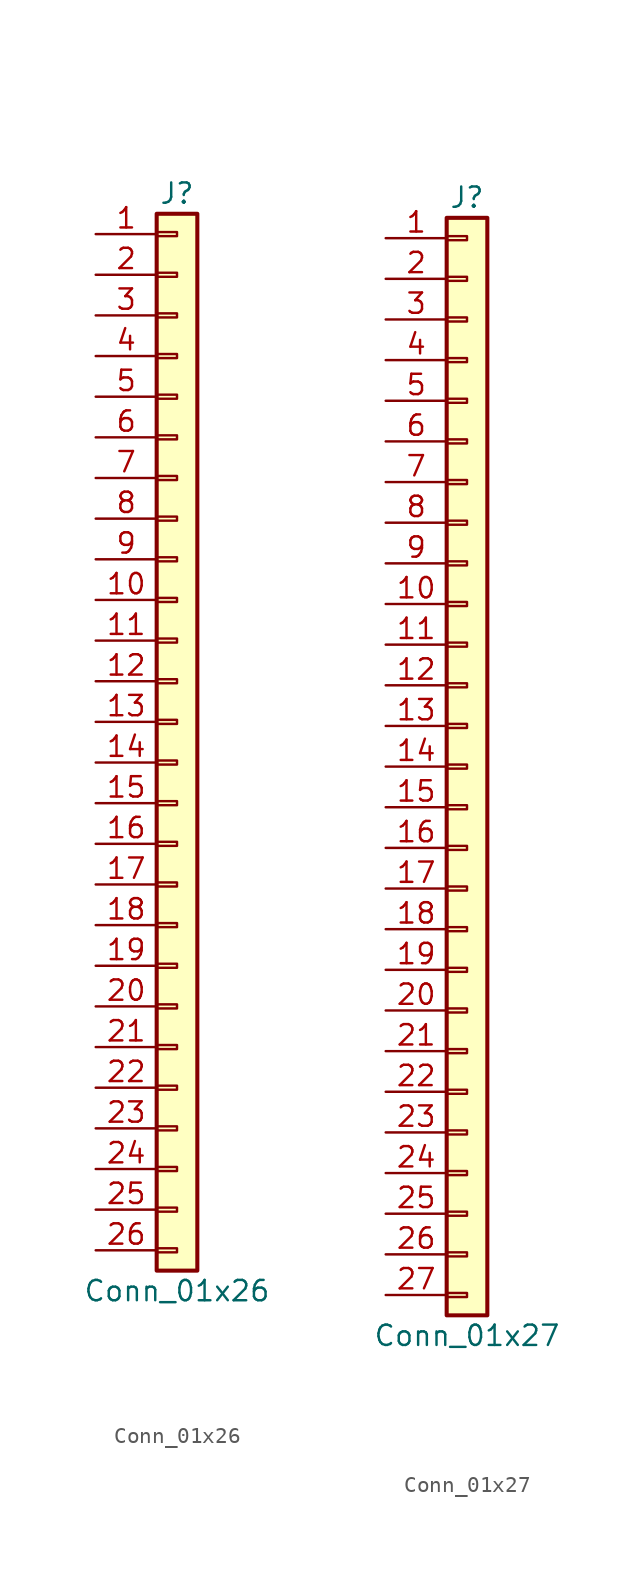
<source format=kicad_sym>
(kicad_symbol_lib
  (version 20201005)
  (generator kicad_symbol_editor)
  (symbol "Connector_Generic:Conn_01x26"
    (pin_names
      (offset 1.016) hide)
    (property "Reference" "J"
      (at 0 33.02 0)
      (effects (font (size 1.27 1.27))))
    (property "Value" "Conn_01x26"
      (at 0 -35.56 0)
      (effects (font (size 1.27 1.27))))
    (symbol "Conn_01x26_1_1"
      (rectangle (start -1.27 -27.813) (end 0 -28.067) (stroke (width 0.152)) (fill (type none)))
      (rectangle (start -1.27 -30.353) (end 0 -30.607) (stroke (width 0.152)) (fill (type none)))
      (rectangle (start -1.27 -32.893) (end 0 -33.147) (stroke (width 0.152)) (fill (type none)))
      (rectangle (start -1.27 -4.953) (end 0 -5.207) (stroke (width 0.152)) (fill (type none)))
      (rectangle (start -1.27 -7.493) (end 0 -7.747) (stroke (width 0.152)) (fill (type none)))
      (rectangle (start -1.27 -10.033) (end 0 -10.287) (stroke (width 0.152)) (fill (type none)))
      (rectangle (start -1.27 -12.573) (end 0 -12.827) (stroke (width 0.152)) (fill (type none)))
      (rectangle (start -1.27 -15.113) (end 0 -15.367) (stroke (width 0.152)) (fill (type none)))
      (rectangle (start -1.27 -17.653) (end 0 -17.907) (stroke (width 0.152)) (fill (type none)))
      (rectangle (start -1.27 -20.193) (end 0 -20.447) (stroke (width 0.152)) (fill (type none)))
      (rectangle (start -1.27 -22.733) (end 0 -22.987) (stroke (width 0.152)) (fill (type none)))
      (rectangle (start -1.27 -2.413) (end 0 -2.667) (stroke (width 0.152)) (fill (type none)))
      (rectangle (start -1.27 -25.273) (end 0 -25.527) (stroke (width 0.152)) (fill (type none)))
      (rectangle (start -1.27 25.527) (end 0 25.273) (stroke (width 0.152)) (fill (type none)))
      (rectangle (start -1.27 2.667) (end 0 2.413) (stroke (width 0.152)) (fill (type none)))
      (rectangle (start -1.27 28.067) (end 0 27.813) (stroke (width 0.152)) (fill (type none)))
      (rectangle (start -1.27 30.607) (end 0 30.353) (stroke (width 0.152)) (fill (type none)))
      (rectangle (start -1.27 31.75) (end 1.27 -34.29) (stroke (width 0.254)) (fill (type background)))
      (rectangle (start -1.27 5.207) (end 0 4.953) (stroke (width 0.152)) (fill (type none)))
      (rectangle (start -1.27 7.747) (end 0 7.493) (stroke (width 0.152)) (fill (type none)))
      (rectangle (start -1.27 10.287) (end 0 10.033) (stroke (width 0.152)) (fill (type none)))
      (rectangle (start -1.27 0.127) (end 0 -0.127) (stroke (width 0.152)) (fill (type none)))
      (rectangle (start -1.27 12.827) (end 0 12.573) (stroke (width 0.152)) (fill (type none)))
      (rectangle (start -1.27 15.367) (end 0 15.113) (stroke (width 0.152)) (fill (type none)))
      (rectangle (start -1.27 17.907) (end 0 17.653) (stroke (width 0.152)) (fill (type none)))
      (rectangle (start -1.27 20.447) (end 0 20.193) (stroke (width 0.152)) (fill (type none)))
      (rectangle (start -1.27 22.987) (end 0 22.733) (stroke (width 0.152)) (fill (type none)))
      (pin passive line (at -5.08 30.48 0) (length 3.81) (name "Pin_1" (effects (font (size 1.27 1.27)))) (number "1" (effects (font (size 1.27 1.27)))))
      (pin passive line (at -5.08 7.62 0) (length 3.81) (name "Pin_10" (effects (font (size 1.27 1.27)))) (number "10" (effects (font (size 1.27 1.27)))))
      (pin passive line (at -5.08 5.08 0) (length 3.81) (name "Pin_11" (effects (font (size 1.27 1.27)))) (number "11" (effects (font (size 1.27 1.27)))))
      (pin passive line (at -5.08 2.54 0) (length 3.81) (name "Pin_12" (effects (font (size 1.27 1.27)))) (number "12" (effects (font (size 1.27 1.27)))))
      (pin passive line (at -5.08 0 0) (length 3.81) (name "Pin_13" (effects (font (size 1.27 1.27)))) (number "13" (effects (font (size 1.27 1.27)))))
      (pin passive line (at -5.08 -2.54 0) (length 3.81) (name "Pin_14" (effects (font (size 1.27 1.27)))) (number "14" (effects (font (size 1.27 1.27)))))
      (pin passive line (at -5.08 -5.08 0) (length 3.81) (name "Pin_15" (effects (font (size 1.27 1.27)))) (number "15" (effects (font (size 1.27 1.27)))))
      (pin passive line (at -5.08 -7.62 0) (length 3.81) (name "Pin_16" (effects (font (size 1.27 1.27)))) (number "16" (effects (font (size 1.27 1.27)))))
      (pin passive line (at -5.08 -10.16 0) (length 3.81) (name "Pin_17" (effects (font (size 1.27 1.27)))) (number "17" (effects (font (size 1.27 1.27)))))
      (pin passive line (at -5.08 -12.7 0) (length 3.81) (name "Pin_18" (effects (font (size 1.27 1.27)))) (number "18" (effects (font (size 1.27 1.27)))))
      (pin passive line (at -5.08 -15.24 0) (length 3.81) (name "Pin_19" (effects (font (size 1.27 1.27)))) (number "19" (effects (font (size 1.27 1.27)))))
      (pin passive line (at -5.08 27.94 0) (length 3.81) (name "Pin_2" (effects (font (size 1.27 1.27)))) (number "2" (effects (font (size 1.27 1.27)))))
      (pin passive line (at -5.08 -17.78 0) (length 3.81) (name "Pin_20" (effects (font (size 1.27 1.27)))) (number "20" (effects (font (size 1.27 1.27)))))
      (pin passive line (at -5.08 -20.32 0) (length 3.81) (name "Pin_21" (effects (font (size 1.27 1.27)))) (number "21" (effects (font (size 1.27 1.27)))))
      (pin passive line (at -5.08 -22.86 0) (length 3.81) (name "Pin_22" (effects (font (size 1.27 1.27)))) (number "22" (effects (font (size 1.27 1.27)))))
      (pin passive line (at -5.08 -25.4 0) (length 3.81) (name "Pin_23" (effects (font (size 1.27 1.27)))) (number "23" (effects (font (size 1.27 1.27)))))
      (pin passive line (at -5.08 -27.94 0) (length 3.81) (name "Pin_24" (effects (font (size 1.27 1.27)))) (number "24" (effects (font (size 1.27 1.27)))))
      (pin passive line (at -5.08 -30.48 0) (length 3.81) (name "Pin_25" (effects (font (size 1.27 1.27)))) (number "25" (effects (font (size 1.27 1.27)))))
      (pin passive line (at -5.08 -33.02 0) (length 3.81) (name "Pin_26" (effects (font (size 1.27 1.27)))) (number "26" (effects (font (size 1.27 1.27)))))
      (pin passive line (at -5.08 25.4 0) (length 3.81) (name "Pin_3" (effects (font (size 1.27 1.27)))) (number "3" (effects (font (size 1.27 1.27)))))
      (pin passive line (at -5.08 22.86 0) (length 3.81) (name "Pin_4" (effects (font (size 1.27 1.27)))) (number "4" (effects (font (size 1.27 1.27)))))
      (pin passive line (at -5.08 20.32 0) (length 3.81) (name "Pin_5" (effects (font (size 1.27 1.27)))) (number "5" (effects (font (size 1.27 1.27)))))
      (pin passive line (at -5.08 17.78 0) (length 3.81) (name "Pin_6" (effects (font (size 1.27 1.27)))) (number "6" (effects (font (size 1.27 1.27)))))
      (pin passive line (at -5.08 15.24 0) (length 3.81) (name "Pin_7" (effects (font (size 1.27 1.27)))) (number "7" (effects (font (size 1.27 1.27)))))
      (pin passive line (at -5.08 12.7 0) (length 3.81) (name "Pin_8" (effects (font (size 1.27 1.27)))) (number "8" (effects (font (size 1.27 1.27)))))
      (pin passive line (at -5.08 10.16 0) (length 3.81) (name "Pin_9" (effects (font (size 1.27 1.27)))) (number "9" (effects (font (size 1.27 1.27)))))))
  (symbol "Connector_Generic:Conn_01x27"
    (pin_names
      (offset 1.016) hide)
    (property "Reference" "J"
      (at 0 35.56 0)
      (effects (font (size 1.27 1.27))))
    (property "Value" "Conn_01x27"
      (at 0 -35.56 0)
      (effects (font (size 1.27 1.27))))
    (symbol "Conn_01x27_1_1"
      (rectangle (start -1.27 -27.813) (end 0 -28.067) (stroke (width 0.152)) (fill (type none)))
      (rectangle (start -1.27 -30.353) (end 0 -30.607) (stroke (width 0.152)) (fill (type none)))
      (rectangle (start -1.27 -32.893) (end 0 -33.147) (stroke (width 0.152)) (fill (type none)))
      (rectangle (start -1.27 -4.953) (end 0 -5.207) (stroke (width 0.152)) (fill (type none)))
      (rectangle (start -1.27 -7.493) (end 0 -7.747) (stroke (width 0.152)) (fill (type none)))
      (rectangle (start -1.27 -10.033) (end 0 -10.287) (stroke (width 0.152)) (fill (type none)))
      (rectangle (start -1.27 -12.573) (end 0 -12.827) (stroke (width 0.152)) (fill (type none)))
      (rectangle (start -1.27 -15.113) (end 0 -15.367) (stroke (width 0.152)) (fill (type none)))
      (rectangle (start -1.27 -17.653) (end 0 -17.907) (stroke (width 0.152)) (fill (type none)))
      (rectangle (start -1.27 -20.193) (end 0 -20.447) (stroke (width 0.152)) (fill (type none)))
      (rectangle (start -1.27 -22.733) (end 0 -22.987) (stroke (width 0.152)) (fill (type none)))
      (rectangle (start -1.27 -2.413) (end 0 -2.667) (stroke (width 0.152)) (fill (type none)))
      (rectangle (start -1.27 -25.273) (end 0 -25.527) (stroke (width 0.152)) (fill (type none)))
      (rectangle (start -1.27 25.527) (end 0 25.273) (stroke (width 0.152)) (fill (type none)))
      (rectangle (start -1.27 2.667) (end 0 2.413) (stroke (width 0.152)) (fill (type none)))
      (rectangle (start -1.27 28.067) (end 0 27.813) (stroke (width 0.152)) (fill (type none)))
      (rectangle (start -1.27 30.607) (end 0 30.353) (stroke (width 0.152)) (fill (type none)))
      (rectangle (start -1.27 33.147) (end 0 32.893) (stroke (width 0.152)) (fill (type none)))
      (rectangle (start -1.27 34.29) (end 1.27 -34.29) (stroke (width 0.254)) (fill (type background)))
      (rectangle (start -1.27 5.207) (end 0 4.953) (stroke (width 0.152)) (fill (type none)))
      (rectangle (start -1.27 7.747) (end 0 7.493) (stroke (width 0.152)) (fill (type none)))
      (rectangle (start -1.27 10.287) (end 0 10.033) (stroke (width 0.152)) (fill (type none)))
      (rectangle (start -1.27 0.127) (end 0 -0.127) (stroke (width 0.152)) (fill (type none)))
      (rectangle (start -1.27 12.827) (end 0 12.573) (stroke (width 0.152)) (fill (type none)))
      (rectangle (start -1.27 15.367) (end 0 15.113) (stroke (width 0.152)) (fill (type none)))
      (rectangle (start -1.27 17.907) (end 0 17.653) (stroke (width 0.152)) (fill (type none)))
      (rectangle (start -1.27 20.447) (end 0 20.193) (stroke (width 0.152)) (fill (type none)))
      (rectangle (start -1.27 22.987) (end 0 22.733) (stroke (width 0.152)) (fill (type none)))
      (pin passive line (at -5.08 33.02 0) (length 3.81) (name "Pin_1" (effects (font (size 1.27 1.27)))) (number "1" (effects (font (size 1.27 1.27)))))
      (pin passive line (at -5.08 10.16 0) (length 3.81) (name "Pin_10" (effects (font (size 1.27 1.27)))) (number "10" (effects (font (size 1.27 1.27)))))
      (pin passive line (at -5.08 7.62 0) (length 3.81) (name "Pin_11" (effects (font (size 1.27 1.27)))) (number "11" (effects (font (size 1.27 1.27)))))
      (pin passive line (at -5.08 5.08 0) (length 3.81) (name "Pin_12" (effects (font (size 1.27 1.27)))) (number "12" (effects (font (size 1.27 1.27)))))
      (pin passive line (at -5.08 2.54 0) (length 3.81) (name "Pin_13" (effects (font (size 1.27 1.27)))) (number "13" (effects (font (size 1.27 1.27)))))
      (pin passive line (at -5.08 0 0) (length 3.81) (name "Pin_14" (effects (font (size 1.27 1.27)))) (number "14" (effects (font (size 1.27 1.27)))))
      (pin passive line (at -5.08 -2.54 0) (length 3.81) (name "Pin_15" (effects (font (size 1.27 1.27)))) (number "15" (effects (font (size 1.27 1.27)))))
      (pin passive line (at -5.08 -5.08 0) (length 3.81) (name "Pin_16" (effects (font (size 1.27 1.27)))) (number "16" (effects (font (size 1.27 1.27)))))
      (pin passive line (at -5.08 -7.62 0) (length 3.81) (name "Pin_17" (effects (font (size 1.27 1.27)))) (number "17" (effects (font (size 1.27 1.27)))))
      (pin passive line (at -5.08 -10.16 0) (length 3.81) (name "Pin_18" (effects (font (size 1.27 1.27)))) (number "18" (effects (font (size 1.27 1.27)))))
      (pin passive line (at -5.08 -12.7 0) (length 3.81) (name "Pin_19" (effects (font (size 1.27 1.27)))) (number "19" (effects (font (size 1.27 1.27)))))
      (pin passive line (at -5.08 30.48 0) (length 3.81) (name "Pin_2" (effects (font (size 1.27 1.27)))) (number "2" (effects (font (size 1.27 1.27)))))
      (pin passive line (at -5.08 -15.24 0) (length 3.81) (name "Pin_20" (effects (font (size 1.27 1.27)))) (number "20" (effects (font (size 1.27 1.27)))))
      (pin passive line (at -5.08 -17.78 0) (length 3.81) (name "Pin_21" (effects (font (size 1.27 1.27)))) (number "21" (effects (font (size 1.27 1.27)))))
      (pin passive line (at -5.08 -20.32 0) (length 3.81) (name "Pin_22" (effects (font (size 1.27 1.27)))) (number "22" (effects (font (size 1.27 1.27)))))
      (pin passive line (at -5.08 -22.86 0) (length 3.81) (name "Pin_23" (effects (font (size 1.27 1.27)))) (number "23" (effects (font (size 1.27 1.27)))))
      (pin passive line (at -5.08 -25.4 0) (length 3.81) (name "Pin_24" (effects (font (size 1.27 1.27)))) (number "24" (effects (font (size 1.27 1.27)))))
      (pin passive line (at -5.08 -27.94 0) (length 3.81) (name "Pin_25" (effects (font (size 1.27 1.27)))) (number "25" (effects (font (size 1.27 1.27)))))
      (pin passive line (at -5.08 -30.48 0) (length 3.81) (name "Pin_26" (effects (font (size 1.27 1.27)))) (number "26" (effects (font (size 1.27 1.27)))))
      (pin passive line (at -5.08 -33.02 0) (length 3.81) (name "Pin_27" (effects (font (size 1.27 1.27)))) (number "27" (effects (font (size 1.27 1.27)))))
      (pin passive line (at -5.08 27.94 0) (length 3.81) (name "Pin_3" (effects (font (size 1.27 1.27)))) (number "3" (effects (font (size 1.27 1.27)))))
      (pin passive line (at -5.08 25.4 0) (length 3.81) (name "Pin_4" (effects (font (size 1.27 1.27)))) (number "4" (effects (font (size 1.27 1.27)))))
      (pin passive line (at -5.08 22.86 0) (length 3.81) (name "Pin_5" (effects (font (size 1.27 1.27)))) (number "5" (effects (font (size 1.27 1.27)))))
      (pin passive line (at -5.08 20.32 0) (length 3.81) (name "Pin_6" (effects (font (size 1.27 1.27)))) (number "6" (effects (font (size 1.27 1.27)))))
      (pin passive line (at -5.08 17.78 0) (length 3.81) (name "Pin_7" (effects (font (size 1.27 1.27)))) (number "7" (effects (font (size 1.27 1.27)))))
      (pin passive line (at -5.08 15.24 0) (length 3.81) (name "Pin_8" (effects (font (size 1.27 1.27)))) (number "8" (effects (font (size 1.27 1.27)))))
      (pin passive line (at -5.08 12.7 0) (length 3.81) (name "Pin_9" (effects (font (size 1.27 1.27)))) (number "9" (effects (font (size 1.27 1.27))))))))
</source>
